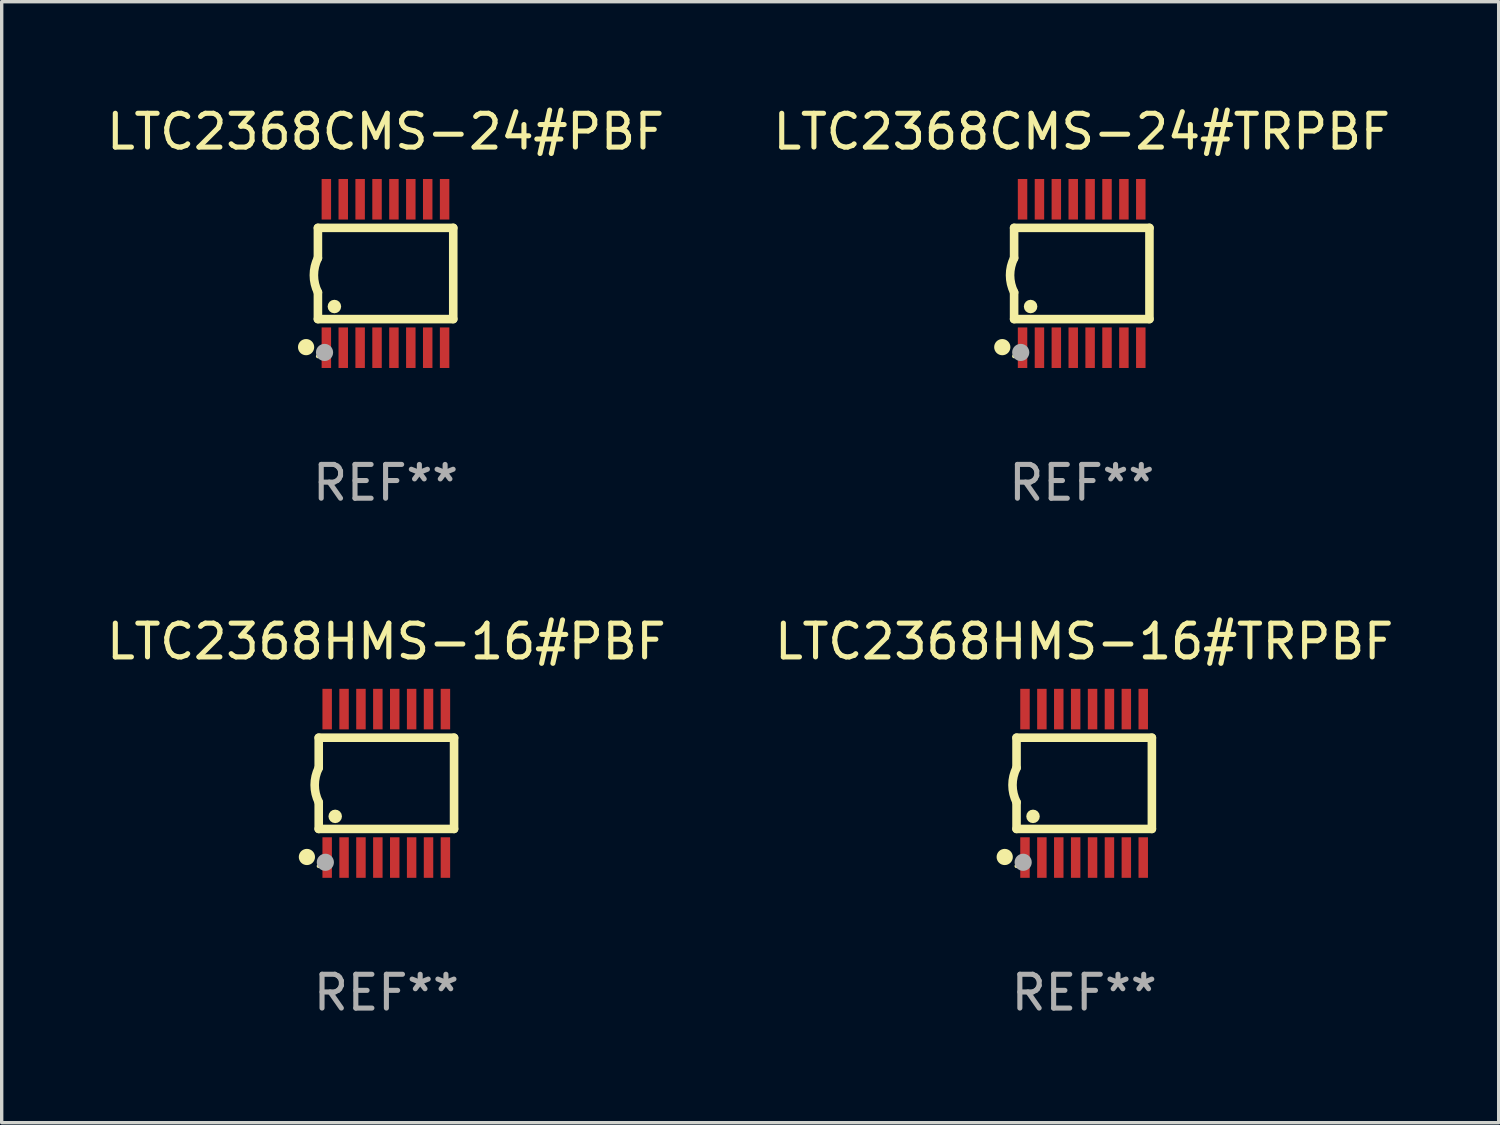
<source format=kicad_pcb>
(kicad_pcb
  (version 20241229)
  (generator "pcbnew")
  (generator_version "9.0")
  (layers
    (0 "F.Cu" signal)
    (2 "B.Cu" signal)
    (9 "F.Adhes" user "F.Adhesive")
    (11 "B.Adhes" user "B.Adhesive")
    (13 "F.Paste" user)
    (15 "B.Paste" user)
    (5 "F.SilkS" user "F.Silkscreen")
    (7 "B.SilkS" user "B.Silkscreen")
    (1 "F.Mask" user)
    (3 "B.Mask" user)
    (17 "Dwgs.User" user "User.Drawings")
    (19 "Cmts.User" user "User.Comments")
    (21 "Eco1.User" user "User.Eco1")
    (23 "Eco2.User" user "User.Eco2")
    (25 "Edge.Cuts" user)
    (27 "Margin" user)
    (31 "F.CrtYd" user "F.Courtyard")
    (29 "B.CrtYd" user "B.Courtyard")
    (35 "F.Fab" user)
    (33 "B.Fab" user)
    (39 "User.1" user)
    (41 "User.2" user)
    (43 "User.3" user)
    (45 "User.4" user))
  (footprint "LTC2368HMS-16#PBF"
    (layer "F.Cu")
    (at 8.387 20.136)
    (property "Reference" "LTC2368HMS-16#PBF" (at 0 -4.197 0) (layer "F.SilkS") (effects (font (size 1 1) (thickness 0.15))))
    (attr through_hole)
    (fp_line (start -2.003 -1.35) (end -2.003 -0.457) (stroke (width 0.254) (type solid)) (layer "F.SilkS"))
    (fp_line (start -2.003 -1.35) (end 2.003 -1.35) (stroke (width 0.254) (type solid)) (layer "F.SilkS"))
    (fp_line (start -2.003 1.35) (end -2.003 0.559) (stroke (width 0.254) (type solid)) (layer "F.SilkS"))
    (fp_line (start -2.003 1.35) (end 2.003 1.35) (stroke (width 0.254) (type solid)) (layer "F.SilkS"))
    (fp_line (start 2.003 -1.35) (end 2.003 1.35) (stroke (width 0.254) (type solid)) (layer "F.SilkS"))
    (fp_arc (start -2.002286 0.558802) (mid -2.122556 0.05092) (end -2.003302 -0.457201) (stroke (width 0.254001) (type solid)) (layer "F.SilkS"))
    (fp_circle (center -2.353 2.18) (end -2.233 2.18) (stroke (width 0.24) (type solid)) (fill no) (layer "F.SilkS"))
    (fp_circle (center -2.003 2.45) (end -1.973 2.45) (stroke (width 0.06) (type solid)) (fill no) (layer "F.SilkS"))
    (fp_circle (center -1.515 0.978) (end -1.415 0.978) (stroke (width 0.2) (type solid)) (fill no) (layer "F.SilkS"))
    (fp_circle (center -1.807 2.337) (end -1.68 2.337) (stroke (width 0.254) (type solid)) (fill no) (layer "F.Fab"))
    (fp_text user "REF**" (at 0 6.197 0) (layer "F.Fab") (effects (font (size 1 1) (thickness 0.15))))
    (pad "1" smd rect (at -1.753 2.197 90) (size 1.2 0.28) (layers "F.Cu" "F.Mask" "F.Paste"))
    (pad "2" smd rect (at -1.253 2.197 90) (size 1.2 0.28) (layers "F.Cu" "F.Mask" "F.Paste"))
    (pad "3" smd rect (at -0.753 2.197 90) (size 1.2 0.28) (layers "F.Cu" "F.Mask" "F.Paste"))
    (pad "4" smd rect (at -0.253 2.197 90) (size 1.2 0.28) (layers "F.Cu" "F.Mask" "F.Paste"))
    (pad "5" smd rect (at 0.247 2.197 90) (size 1.2 0.28) (layers "F.Cu" "F.Mask" "F.Paste"))
    (pad "6" smd rect (at 0.747 2.197 90) (size 1.2 0.28) (layers "F.Cu" "F.Mask" "F.Paste"))
    (pad "7" smd rect (at 1.247 2.197 90) (size 1.2 0.28) (layers "F.Cu" "F.Mask" "F.Paste"))
    (pad "8" smd rect (at 1.747 2.197 90) (size 1.2 0.28) (layers "F.Cu" "F.Mask" "F.Paste"))
    (pad "9" smd rect (at 1.747 -2.197 90) (size 1.2 0.28) (layers "F.Cu" "F.Mask" "F.Paste"))
    (pad "10" smd rect (at 1.247 -2.197 90) (size 1.2 0.28) (layers "F.Cu" "F.Mask" "F.Paste"))
    (pad "11" smd rect (at 0.747 -2.197 90) (size 1.2 0.28) (layers "F.Cu" "F.Mask" "F.Paste"))
    (pad "12" smd rect (at 0.247 -2.197 90) (size 1.2 0.28) (layers "F.Cu" "F.Mask" "F.Paste"))
    (pad "13" smd rect (at -0.253 -2.197 90) (size 1.2 0.28) (layers "F.Cu" "F.Mask" "F.Paste"))
    (pad "14" smd rect (at -0.753 -2.197 90) (size 1.2 0.28) (layers "F.Cu" "F.Mask" "F.Paste"))
    (pad "15" smd rect (at -1.253 -2.197 90) (size 1.2 0.28) (layers "F.Cu" "F.Mask" "F.Paste"))
    (pad "16" smd rect (at -1.753 -2.197 90) (size 1.2 0.28) (layers "F.Cu" "F.Mask" "F.Paste")))
  (footprint "LTC2368CMS-24#PBF"
    (layer "F.Cu")
    (at 8.363 5.045)
    (property "Reference" "LTC2368CMS-24#PBF" (at 0 -4.197 0) (layer "F.SilkS") (effects (font (size 1 1) (thickness 0.15))))
    (attr through_hole)
    (fp_line (start -2.003 -1.35) (end -2.003 -0.457) (stroke (width 0.254) (type solid)) (layer "F.SilkS"))
    (fp_line (start -2.003 -1.35) (end 2.003 -1.35) (stroke (width 0.254) (type solid)) (layer "F.SilkS"))
    (fp_line (start -2.003 1.35) (end -2.003 0.559) (stroke (width 0.254) (type solid)) (layer "F.SilkS"))
    (fp_line (start -2.003 1.35) (end 2.003 1.35) (stroke (width 0.254) (type solid)) (layer "F.SilkS"))
    (fp_line (start 2.003 -1.35) (end 2.003 1.35) (stroke (width 0.254) (type solid)) (layer "F.SilkS"))
    (fp_arc (start -2.002286 0.558802) (mid -2.122556 0.05092) (end -2.003302 -0.457201) (stroke (width 0.254001) (type solid)) (layer "F.SilkS"))
    (fp_circle (center -2.353 2.18) (end -2.233 2.18) (stroke (width 0.24) (type solid)) (fill no) (layer "F.SilkS"))
    (fp_circle (center -2.003 2.45) (end -1.973 2.45) (stroke (width 0.06) (type solid)) (fill no) (layer "F.SilkS"))
    (fp_circle (center -1.515 0.978) (end -1.415 0.978) (stroke (width 0.2) (type solid)) (fill no) (layer "F.SilkS"))
    (fp_circle (center -1.807 2.337) (end -1.68 2.337) (stroke (width 0.254) (type solid)) (fill no) (layer "F.Fab"))
    (fp_text user "REF**" (at 0 6.197 0) (layer "F.Fab") (effects (font (size 1 1) (thickness 0.15))))
    (pad "1" smd rect (at -1.753 2.197 90) (size 1.2 0.28) (layers "F.Cu" "F.Mask" "F.Paste"))
    (pad "2" smd rect (at -1.253 2.197 90) (size 1.2 0.28) (layers "F.Cu" "F.Mask" "F.Paste"))
    (pad "3" smd rect (at -0.753 2.197 90) (size 1.2 0.28) (layers "F.Cu" "F.Mask" "F.Paste"))
    (pad "4" smd rect (at -0.253 2.197 90) (size 1.2 0.28) (layers "F.Cu" "F.Mask" "F.Paste"))
    (pad "5" smd rect (at 0.247 2.197 90) (size 1.2 0.28) (layers "F.Cu" "F.Mask" "F.Paste"))
    (pad "6" smd rect (at 0.747 2.197 90) (size 1.2 0.28) (layers "F.Cu" "F.Mask" "F.Paste"))
    (pad "7" smd rect (at 1.247 2.197 90) (size 1.2 0.28) (layers "F.Cu" "F.Mask" "F.Paste"))
    (pad "8" smd rect (at 1.747 2.197 90) (size 1.2 0.28) (layers "F.Cu" "F.Mask" "F.Paste"))
    (pad "9" smd rect (at 1.747 -2.197 90) (size 1.2 0.28) (layers "F.Cu" "F.Mask" "F.Paste"))
    (pad "10" smd rect (at 1.247 -2.197 90) (size 1.2 0.28) (layers "F.Cu" "F.Mask" "F.Paste"))
    (pad "11" smd rect (at 0.747 -2.197 90) (size 1.2 0.28) (layers "F.Cu" "F.Mask" "F.Paste"))
    (pad "12" smd rect (at 0.247 -2.197 90) (size 1.2 0.28) (layers "F.Cu" "F.Mask" "F.Paste"))
    (pad "13" smd rect (at -0.253 -2.197 90) (size 1.2 0.28) (layers "F.Cu" "F.Mask" "F.Paste"))
    (pad "14" smd rect (at -0.753 -2.197 90) (size 1.2 0.28) (layers "F.Cu" "F.Mask" "F.Paste"))
    (pad "15" smd rect (at -1.253 -2.197 90) (size 1.2 0.28) (layers "F.Cu" "F.Mask" "F.Paste"))
    (pad "16" smd rect (at -1.753 -2.197 90) (size 1.2 0.28) (layers "F.Cu" "F.Mask" "F.Paste")))
  (footprint "LTC2368CMS-24#TRPBF"
    (layer "F.Cu")
    (at 28.97 5.045)
    (property "Reference" "LTC2368CMS-24#TRPBF" (at 0 -4.197 0) (layer "F.SilkS") (effects (font (size 1 1) (thickness 0.15))))
    (attr through_hole)
    (fp_line (start -2.003 -1.35) (end -2.003 -0.457) (stroke (width 0.254) (type solid)) (layer "F.SilkS"))
    (fp_line (start -2.003 -1.35) (end 2.003 -1.35) (stroke (width 0.254) (type solid)) (layer "F.SilkS"))
    (fp_line (start -2.003 1.35) (end -2.003 0.559) (stroke (width 0.254) (type solid)) (layer "F.SilkS"))
    (fp_line (start -2.003 1.35) (end 2.003 1.35) (stroke (width 0.254) (type solid)) (layer "F.SilkS"))
    (fp_line (start 2.003 -1.35) (end 2.003 1.35) (stroke (width 0.254) (type solid)) (layer "F.SilkS"))
    (fp_arc (start -2.002286 0.558802) (mid -2.122556 0.05092) (end -2.003302 -0.457201) (stroke (width 0.254001) (type solid)) (layer "F.SilkS"))
    (fp_circle (center -2.353 2.18) (end -2.233 2.18) (stroke (width 0.24) (type solid)) (fill no) (layer "F.SilkS"))
    (fp_circle (center -2.003 2.45) (end -1.973 2.45) (stroke (width 0.06) (type solid)) (fill no) (layer "F.SilkS"))
    (fp_circle (center -1.515 0.978) (end -1.415 0.978) (stroke (width 0.2) (type solid)) (fill no) (layer "F.SilkS"))
    (fp_circle (center -1.807 2.337) (end -1.68 2.337) (stroke (width 0.254) (type solid)) (fill no) (layer "F.Fab"))
    (fp_text user "REF**" (at 0 6.197 0) (layer "F.Fab") (effects (font (size 1 1) (thickness 0.15))))
    (pad "1" smd rect (at -1.753 2.197 90) (size 1.2 0.28) (layers "F.Cu" "F.Mask" "F.Paste"))
    (pad "2" smd rect (at -1.253 2.197 90) (size 1.2 0.28) (layers "F.Cu" "F.Mask" "F.Paste"))
    (pad "3" smd rect (at -0.753 2.197 90) (size 1.2 0.28) (layers "F.Cu" "F.Mask" "F.Paste"))
    (pad "4" smd rect (at -0.253 2.197 90) (size 1.2 0.28) (layers "F.Cu" "F.Mask" "F.Paste"))
    (pad "5" smd rect (at 0.247 2.197 90) (size 1.2 0.28) (layers "F.Cu" "F.Mask" "F.Paste"))
    (pad "6" smd rect (at 0.747 2.197 90) (size 1.2 0.28) (layers "F.Cu" "F.Mask" "F.Paste"))
    (pad "7" smd rect (at 1.247 2.197 90) (size 1.2 0.28) (layers "F.Cu" "F.Mask" "F.Paste"))
    (pad "8" smd rect (at 1.747 2.197 90) (size 1.2 0.28) (layers "F.Cu" "F.Mask" "F.Paste"))
    (pad "9" smd rect (at 1.747 -2.197 90) (size 1.2 0.28) (layers "F.Cu" "F.Mask" "F.Paste"))
    (pad "10" smd rect (at 1.247 -2.197 90) (size 1.2 0.28) (layers "F.Cu" "F.Mask" "F.Paste"))
    (pad "11" smd rect (at 0.747 -2.197 90) (size 1.2 0.28) (layers "F.Cu" "F.Mask" "F.Paste"))
    (pad "12" smd rect (at 0.247 -2.197 90) (size 1.2 0.28) (layers "F.Cu" "F.Mask" "F.Paste"))
    (pad "13" smd rect (at -0.253 -2.197 90) (size 1.2 0.28) (layers "F.Cu" "F.Mask" "F.Paste"))
    (pad "14" smd rect (at -0.753 -2.197 90) (size 1.2 0.28) (layers "F.Cu" "F.Mask" "F.Paste"))
    (pad "15" smd rect (at -1.253 -2.197 90) (size 1.2 0.28) (layers "F.Cu" "F.Mask" "F.Paste"))
    (pad "16" smd rect (at -1.753 -2.197 90) (size 1.2 0.28) (layers "F.Cu" "F.Mask" "F.Paste")))
  (footprint "LTC2368HMS-16#TRPBF"
    (layer "F.Cu")
    (at 29.042 20.136)
    (property "Reference" "LTC2368HMS-16#TRPBF" (at 0 -4.197 0) (layer "F.SilkS") (effects (font (size 1 1) (thickness 0.15))))
    (attr through_hole)
    (fp_line (start -2.003 -1.35) (end -2.003 -0.457) (stroke (width 0.254) (type solid)) (layer "F.SilkS"))
    (fp_line (start -2.003 -1.35) (end 2.003 -1.35) (stroke (width 0.254) (type solid)) (layer "F.SilkS"))
    (fp_line (start -2.003 1.35) (end -2.003 0.559) (stroke (width 0.254) (type solid)) (layer "F.SilkS"))
    (fp_line (start -2.003 1.35) (end 2.003 1.35) (stroke (width 0.254) (type solid)) (layer "F.SilkS"))
    (fp_line (start 2.003 -1.35) (end 2.003 1.35) (stroke (width 0.254) (type solid)) (layer "F.SilkS"))
    (fp_arc (start -2.002286 0.558802) (mid -2.122556 0.05092) (end -2.003302 -0.457201) (stroke (width 0.254001) (type solid)) (layer "F.SilkS"))
    (fp_circle (center -2.353 2.18) (end -2.233 2.18) (stroke (width 0.24) (type solid)) (fill no) (layer "F.SilkS"))
    (fp_circle (center -2.003 2.45) (end -1.973 2.45) (stroke (width 0.06) (type solid)) (fill no) (layer "F.SilkS"))
    (fp_circle (center -1.515 0.978) (end -1.415 0.978) (stroke (width 0.2) (type solid)) (fill no) (layer "F.SilkS"))
    (fp_circle (center -1.807 2.337) (end -1.68 2.337) (stroke (width 0.254) (type solid)) (fill no) (layer "F.Fab"))
    (fp_text user "REF**" (at 0 6.197 0) (layer "F.Fab") (effects (font (size 1 1) (thickness 0.15))))
    (pad "1" smd rect (at -1.753 2.197 90) (size 1.2 0.28) (layers "F.Cu" "F.Mask" "F.Paste"))
    (pad "2" smd rect (at -1.253 2.197 90) (size 1.2 0.28) (layers "F.Cu" "F.Mask" "F.Paste"))
    (pad "3" smd rect (at -0.753 2.197 90) (size 1.2 0.28) (layers "F.Cu" "F.Mask" "F.Paste"))
    (pad "4" smd rect (at -0.253 2.197 90) (size 1.2 0.28) (layers "F.Cu" "F.Mask" "F.Paste"))
    (pad "5" smd rect (at 0.247 2.197 90) (size 1.2 0.28) (layers "F.Cu" "F.Mask" "F.Paste"))
    (pad "6" smd rect (at 0.747 2.197 90) (size 1.2 0.28) (layers "F.Cu" "F.Mask" "F.Paste"))
    (pad "7" smd rect (at 1.247 2.197 90) (size 1.2 0.28) (layers "F.Cu" "F.Mask" "F.Paste"))
    (pad "8" smd rect (at 1.747 2.197 90) (size 1.2 0.28) (layers "F.Cu" "F.Mask" "F.Paste"))
    (pad "9" smd rect (at 1.747 -2.197 90) (size 1.2 0.28) (layers "F.Cu" "F.Mask" "F.Paste"))
    (pad "10" smd rect (at 1.247 -2.197 90) (size 1.2 0.28) (layers "F.Cu" "F.Mask" "F.Paste"))
    (pad "11" smd rect (at 0.747 -2.197 90) (size 1.2 0.28) (layers "F.Cu" "F.Mask" "F.Paste"))
    (pad "12" smd rect (at 0.247 -2.197 90) (size 1.2 0.28) (layers "F.Cu" "F.Mask" "F.Paste"))
    (pad "13" smd rect (at -0.253 -2.197 90) (size 1.2 0.28) (layers "F.Cu" "F.Mask" "F.Paste"))
    (pad "14" smd rect (at -0.753 -2.197 90) (size 1.2 0.28) (layers "F.Cu" "F.Mask" "F.Paste"))
    (pad "15" smd rect (at -1.253 -2.197 90) (size 1.2 0.28) (layers "F.Cu" "F.Mask" "F.Paste"))
    (pad "16" smd rect (at -1.753 -2.197 90) (size 1.2 0.28) (layers "F.Cu" "F.Mask" "F.Paste")))
  (gr_rect
    (start -3 -3)
    (end 41.31 30.181)
    (stroke (width 0.1) (type default))
    (fill no)
    (layer "Edge.Cuts")))
</source>
